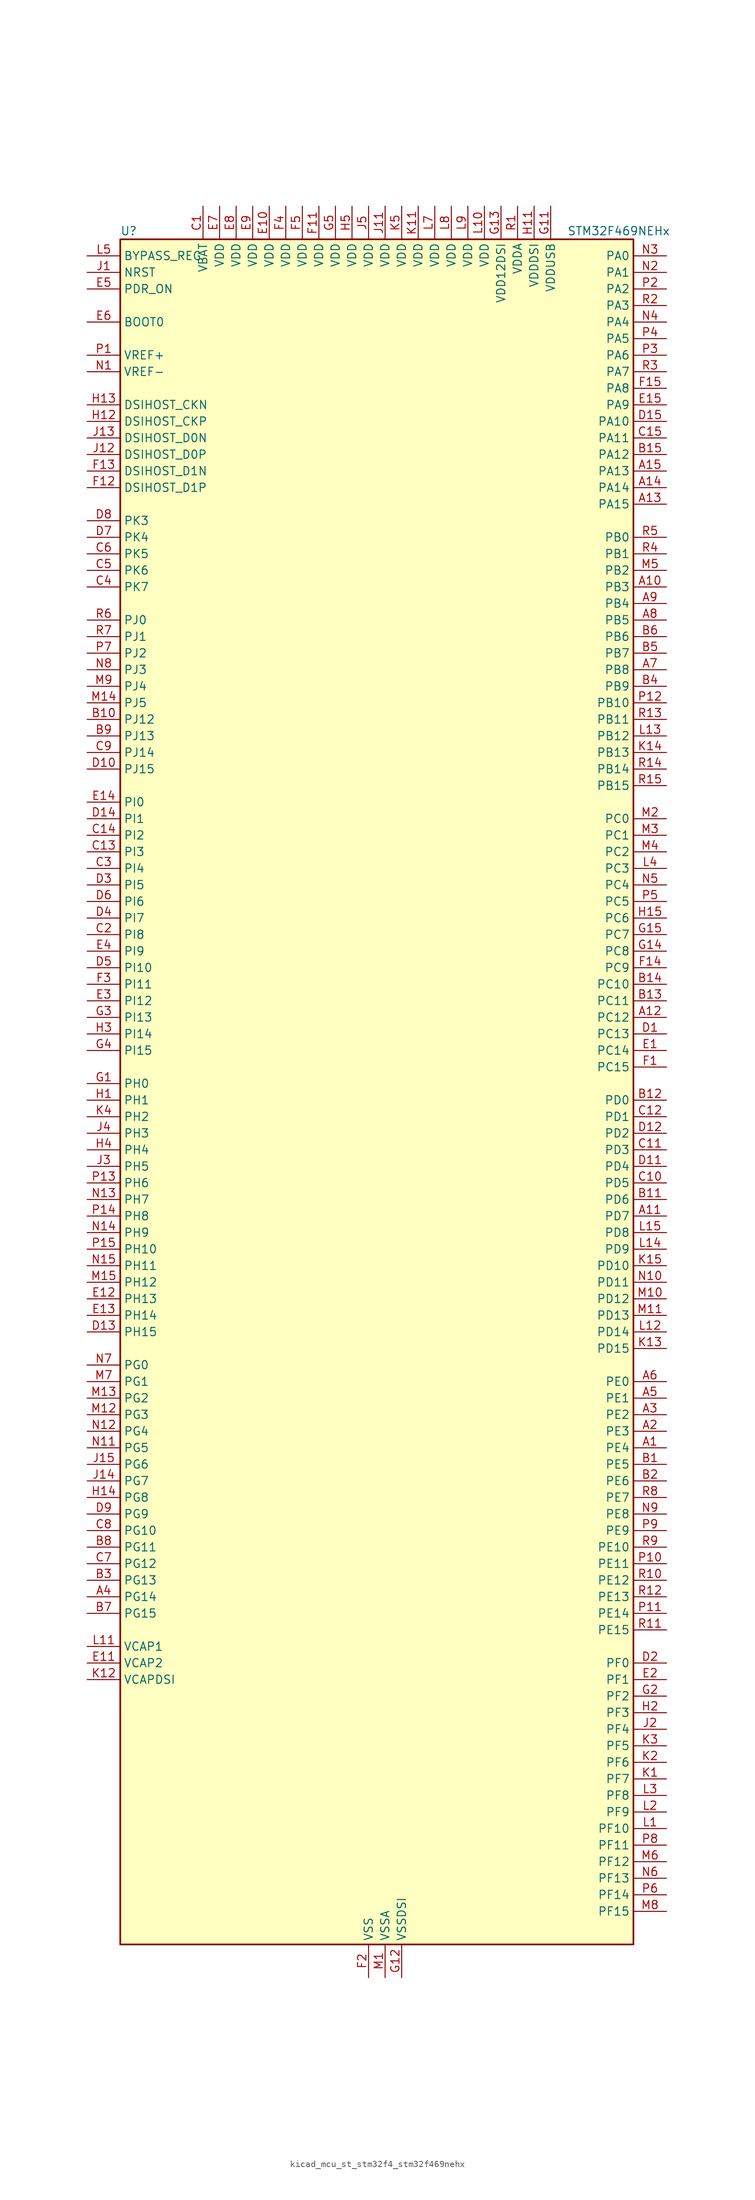
<source format=kicad_sym>
(kicad_symbol_lib
  (version 20220914)
  (generator kicad_symbol_editor)
  (symbol "kicad_mcu_st_stm32f4_stm32f469nehx"
    (property "Reference" "U"
      (at -38.1 133.35 0)
      (effects (font (size 1.27 1.27)) (justify left)))
    (property "Value" "STM32F469NEHx"
      (at 30.48 133.35 0)
      (effects (font (size 1.27 1.27)) (justify left)))
    (property "ki_locked" ""
      (at 0 0 0)
      (effects (font (size 1.27 1.27))))
    (symbol "kicad_mcu_st_stm32f4_stm32f469nehx_0_1"
      (rectangle (start -38.1 -129.54) (end 40.64 132.08) (stroke (width 0.254) (type default)) (fill (type background))))
    (symbol "kicad_mcu_st_stm32f4_stm32f469nehx_1_1"
      (pin bidirectional line (at 45.72 -53.34 180) (length 5.08) (name "PE4" (effects (font (size 1.27 1.27)))) (number "A1" (effects (font (size 1.27 1.27)))) (alternate "DCMI_D4" bidirectional line) (alternate "FMC_A20" bidirectional line) (alternate "LTDC_B0" bidirectional line) (alternate "SAI1_FS_A" bidirectional line) (alternate "SPI4_NSS" bidirectional line) (alternate "SYS_TRACED1" bidirectional line))
      (pin bidirectional line (at 45.72 78.74 180) (length 5.08) (name "PB3" (effects (font (size 1.27 1.27)))) (number "A10" (effects (font (size 1.27 1.27)))) (alternate "I2S3_CK" bidirectional line) (alternate "SPI1_SCK" bidirectional line) (alternate "SPI3_SCK" bidirectional line) (alternate "SYS_JTDO-SWO" bidirectional line) (alternate "TIM2_CH2" bidirectional line))
      (pin bidirectional line (at 45.72 -17.78 180) (length 5.08) (name "PD7" (effects (font (size 1.27 1.27)))) (number "A11" (effects (font (size 1.27 1.27)))) (alternate "FMC_NE1" bidirectional line) (alternate "USART2_CK" bidirectional line))
      (pin bidirectional line (at 45.72 12.7 180) (length 5.08) (name "PC12" (effects (font (size 1.27 1.27)))) (number "A12" (effects (font (size 1.27 1.27)))) (alternate "DCMI_D9" bidirectional line) (alternate "I2S3_SD" bidirectional line) (alternate "SDIO_CK" bidirectional line) (alternate "SPI3_MOSI" bidirectional line) (alternate "SYS_TRACED3" bidirectional line) (alternate "UART5_TX" bidirectional line) (alternate "USART3_CK" bidirectional line))
      (pin bidirectional line (at 45.72 91.44 180) (length 5.08) (name "PA15" (effects (font (size 1.27 1.27)))) (number "A13" (effects (font (size 1.27 1.27)))) (alternate "ADC1_EXTI15" bidirectional line) (alternate "ADC2_EXTI15" bidirectional line) (alternate "ADC3_EXTI15" bidirectional line) (alternate "I2S3_WS" bidirectional line) (alternate "SPI1_NSS" bidirectional line) (alternate "SPI3_NSS" bidirectional line) (alternate "SYS_JTDI" bidirectional line) (alternate "TIM2_CH1" bidirectional line) (alternate "TIM2_ETR" bidirectional line))
      (pin bidirectional line (at 45.72 93.98 180) (length 5.08) (name "PA14" (effects (font (size 1.27 1.27)))) (number "A14" (effects (font (size 1.27 1.27)))) (alternate "SYS_JTCK-SWCLK" bidirectional line))
      (pin bidirectional line (at 45.72 96.52 180) (length 5.08) (name "PA13" (effects (font (size 1.27 1.27)))) (number "A15" (effects (font (size 1.27 1.27)))) (alternate "SYS_JTMS-SWDIO" bidirectional line))
      (pin bidirectional line (at 45.72 -50.8 180) (length 5.08) (name "PE3" (effects (font (size 1.27 1.27)))) (number "A2" (effects (font (size 1.27 1.27)))) (alternate "FMC_A19" bidirectional line) (alternate "SAI1_SD_B" bidirectional line) (alternate "SYS_TRACED0" bidirectional line))
      (pin bidirectional line (at 45.72 -48.26 180) (length 5.08) (name "PE2" (effects (font (size 1.27 1.27)))) (number "A3" (effects (font (size 1.27 1.27)))) (alternate "ETH_TXD3" bidirectional line) (alternate "FMC_A23" bidirectional line) (alternate "QUADSPI_BK1_IO2" bidirectional line) (alternate "SAI1_MCLK_A" bidirectional line) (alternate "SPI4_SCK" bidirectional line) (alternate "SYS_TRACECLK" bidirectional line))
      (pin bidirectional line (at -43.18 -76.2 0) (length 5.08) (name "PG14" (effects (font (size 1.27 1.27)))) (number "A4" (effects (font (size 1.27 1.27)))) (alternate "ETH_TXD1" bidirectional line) (alternate "FMC_A25" bidirectional line) (alternate "LTDC_B0" bidirectional line) (alternate "QUADSPI_BK2_IO3" bidirectional line) (alternate "SPI6_MOSI" bidirectional line) (alternate "SYS_TRACED1" bidirectional line) (alternate "USART6_TX" bidirectional line))
      (pin bidirectional line (at 45.72 -45.72 180) (length 5.08) (name "PE1" (effects (font (size 1.27 1.27)))) (number "A5" (effects (font (size 1.27 1.27)))) (alternate "DCMI_D3" bidirectional line) (alternate "FMC_NBL1" bidirectional line) (alternate "UART8_TX" bidirectional line))
      (pin bidirectional line (at 45.72 -43.18 180) (length 5.08) (name "PE0" (effects (font (size 1.27 1.27)))) (number "A6" (effects (font (size 1.27 1.27)))) (alternate "DCMI_D2" bidirectional line) (alternate "FMC_NBL0" bidirectional line) (alternate "TIM4_ETR" bidirectional line) (alternate "UART8_RX" bidirectional line))
      (pin bidirectional line (at 45.72 66.04 180) (length 5.08) (name "PB8" (effects (font (size 1.27 1.27)))) (number "A7" (effects (font (size 1.27 1.27)))) (alternate "CAN1_RX" bidirectional line) (alternate "DCMI_D6" bidirectional line) (alternate "ETH_TXD3" bidirectional line) (alternate "I2C1_SCL" bidirectional line) (alternate "LTDC_B6" bidirectional line) (alternate "SDIO_D4" bidirectional line) (alternate "TIM10_CH1" bidirectional line) (alternate "TIM4_CH3" bidirectional line))
      (pin bidirectional line (at 45.72 73.66 180) (length 5.08) (name "PB5" (effects (font (size 1.27 1.27)))) (number "A8" (effects (font (size 1.27 1.27)))) (alternate "CAN2_RX" bidirectional line) (alternate "DCMI_D10" bidirectional line) (alternate "ETH_PPS_OUT" bidirectional line) (alternate "FMC_SDCKE1" bidirectional line) (alternate "I2C1_SMBA" bidirectional line) (alternate "I2S3_SD" bidirectional line) (alternate "LTDC_G7" bidirectional line) (alternate "SPI1_MOSI" bidirectional line) (alternate "SPI3_MOSI" bidirectional line) (alternate "TIM3_CH2" bidirectional line) (alternate "USB_OTG_HS_ULPI_D7" bidirectional line))
      (pin bidirectional line (at 45.72 76.2 180) (length 5.08) (name "PB4" (effects (font (size 1.27 1.27)))) (number "A9" (effects (font (size 1.27 1.27)))) (alternate "I2S3_ext_SD" bidirectional line) (alternate "SPI1_MISO" bidirectional line) (alternate "SPI3_MISO" bidirectional line) (alternate "SYS_JTRST" bidirectional line) (alternate "TIM3_CH1" bidirectional line))
      (pin bidirectional line (at 45.72 -55.88 180) (length 5.08) (name "PE5" (effects (font (size 1.27 1.27)))) (number "B1" (effects (font (size 1.27 1.27)))) (alternate "DCMI_D6" bidirectional line) (alternate "FMC_A21" bidirectional line) (alternate "LTDC_G0" bidirectional line) (alternate "SAI1_SCK_A" bidirectional line) (alternate "SPI4_MISO" bidirectional line) (alternate "SYS_TRACED2" bidirectional line) (alternate "TIM9_CH1" bidirectional line))
      (pin bidirectional line (at -43.18 58.42 0) (length 5.08) (name "PJ12" (effects (font (size 1.27 1.27)))) (number "B10" (effects (font (size 1.27 1.27)))) (alternate "LTDC_B0" bidirectional line) (alternate "LTDC_G3" bidirectional line))
      (pin bidirectional line (at 45.72 -15.24 180) (length 5.08) (name "PD6" (effects (font (size 1.27 1.27)))) (number "B11" (effects (font (size 1.27 1.27)))) (alternate "DCMI_D10" bidirectional line) (alternate "FMC_NWAIT" bidirectional line) (alternate "I2S3_SD" bidirectional line) (alternate "LTDC_B2" bidirectional line) (alternate "SAI1_SD_A" bidirectional line) (alternate "SPI3_MOSI" bidirectional line) (alternate "USART2_RX" bidirectional line))
      (pin bidirectional line (at 45.72 0 180) (length 5.08) (name "PD0" (effects (font (size 1.27 1.27)))) (number "B12" (effects (font (size 1.27 1.27)))) (alternate "CAN1_RX" bidirectional line) (alternate "FMC_D2" bidirectional line) (alternate "FMC_DA2" bidirectional line))
      (pin bidirectional line (at 45.72 15.24 180) (length 5.08) (name "PC11" (effects (font (size 1.27 1.27)))) (number "B13" (effects (font (size 1.27 1.27)))) (alternate "ADC1_EXTI11" bidirectional line) (alternate "ADC2_EXTI11" bidirectional line) (alternate "ADC3_EXTI11" bidirectional line) (alternate "DCMI_D4" bidirectional line) (alternate "I2S3_ext_SD" bidirectional line) (alternate "QUADSPI_BK2_NCS" bidirectional line) (alternate "SDIO_D3" bidirectional line) (alternate "SPI3_MISO" bidirectional line) (alternate "UART4_RX" bidirectional line) (alternate "USART3_RX" bidirectional line))
      (pin bidirectional line (at 45.72 17.78 180) (length 5.08) (name "PC10" (effects (font (size 1.27 1.27)))) (number "B14" (effects (font (size 1.27 1.27)))) (alternate "DCMI_D8" bidirectional line) (alternate "I2S3_CK" bidirectional line) (alternate "LTDC_R2" bidirectional line) (alternate "QUADSPI_BK1_IO1" bidirectional line) (alternate "SDIO_D2" bidirectional line) (alternate "SPI3_SCK" bidirectional line) (alternate "UART4_TX" bidirectional line) (alternate "USART3_TX" bidirectional line))
      (pin bidirectional line (at 45.72 99.06 180) (length 5.08) (name "PA12" (effects (font (size 1.27 1.27)))) (number "B15" (effects (font (size 1.27 1.27)))) (alternate "CAN1_TX" bidirectional line) (alternate "LTDC_R5" bidirectional line) (alternate "TIM1_ETR" bidirectional line) (alternate "USART1_RTS" bidirectional line) (alternate "USB_OTG_FS_DP" bidirectional line))
      (pin bidirectional line (at 45.72 -58.42 180) (length 5.08) (name "PE6" (effects (font (size 1.27 1.27)))) (number "B2" (effects (font (size 1.27 1.27)))) (alternate "DCMI_D7" bidirectional line) (alternate "FMC_A22" bidirectional line) (alternate "LTDC_G1" bidirectional line) (alternate "SAI1_SD_A" bidirectional line) (alternate "SPI4_MOSI" bidirectional line) (alternate "SYS_TRACED3" bidirectional line) (alternate "TIM9_CH2" bidirectional line))
      (pin bidirectional line (at -43.18 -73.66 0) (length 5.08) (name "PG13" (effects (font (size 1.27 1.27)))) (number "B3" (effects (font (size 1.27 1.27)))) (alternate "ETH_TXD0" bidirectional line) (alternate "FMC_A24" bidirectional line) (alternate "LTDC_R0" bidirectional line) (alternate "SPI6_SCK" bidirectional line) (alternate "SYS_TRACED0" bidirectional line) (alternate "USART6_CTS" bidirectional line))
      (pin bidirectional line (at 45.72 63.5 180) (length 5.08) (name "PB9" (effects (font (size 1.27 1.27)))) (number "B4" (effects (font (size 1.27 1.27)))) (alternate "CAN1_TX" bidirectional line) (alternate "DAC_EXTI9" bidirectional line) (alternate "DCMI_D7" bidirectional line) (alternate "I2C1_SDA" bidirectional line) (alternate "I2S2_WS" bidirectional line) (alternate "LTDC_B7" bidirectional line) (alternate "SDIO_D5" bidirectional line) (alternate "SPI2_NSS" bidirectional line) (alternate "TIM11_CH1" bidirectional line) (alternate "TIM4_CH4" bidirectional line))
      (pin bidirectional line (at 45.72 68.58 180) (length 5.08) (name "PB7" (effects (font (size 1.27 1.27)))) (number "B5" (effects (font (size 1.27 1.27)))) (alternate "DCMI_VSYNC" bidirectional line) (alternate "FMC_NL" bidirectional line) (alternate "I2C1_SDA" bidirectional line) (alternate "TIM4_CH2" bidirectional line) (alternate "USART1_RX" bidirectional line))
      (pin bidirectional line (at 45.72 71.12 180) (length 5.08) (name "PB6" (effects (font (size 1.27 1.27)))) (number "B6" (effects (font (size 1.27 1.27)))) (alternate "CAN2_TX" bidirectional line) (alternate "DCMI_D5" bidirectional line) (alternate "FMC_SDNE1" bidirectional line) (alternate "I2C1_SCL" bidirectional line) (alternate "QUADSPI_BK1_NCS" bidirectional line) (alternate "TIM4_CH1" bidirectional line) (alternate "USART1_TX" bidirectional line))
      (pin bidirectional line (at -43.18 -78.74 0) (length 5.08) (name "PG15" (effects (font (size 1.27 1.27)))) (number "B7" (effects (font (size 1.27 1.27)))) (alternate "ADC1_EXTI15" bidirectional line) (alternate "ADC2_EXTI15" bidirectional line) (alternate "ADC3_EXTI15" bidirectional line) (alternate "DCMI_D13" bidirectional line) (alternate "FMC_SDNCAS" bidirectional line) (alternate "USART6_CTS" bidirectional line))
      (pin bidirectional line (at -43.18 -68.58 0) (length 5.08) (name "PG11" (effects (font (size 1.27 1.27)))) (number "B8" (effects (font (size 1.27 1.27)))) (alternate "ADC1_EXTI11" bidirectional line) (alternate "ADC2_EXTI11" bidirectional line) (alternate "ADC3_EXTI11" bidirectional line) (alternate "DCMI_D3" bidirectional line) (alternate "ETH_TX_EN" bidirectional line) (alternate "LTDC_B3" bidirectional line))
      (pin bidirectional line (at -43.18 55.88 0) (length 5.08) (name "PJ13" (effects (font (size 1.27 1.27)))) (number "B9" (effects (font (size 1.27 1.27)))) (alternate "LTDC_B1" bidirectional line) (alternate "LTDC_G4" bidirectional line))
      (pin power_in line (at -25.4 137.16 270) (length 5.08) (name "VBAT" (effects (font (size 1.27 1.27)))) (number "C1" (effects (font (size 1.27 1.27)))))
      (pin bidirectional line (at 45.72 -12.7 180) (length 5.08) (name "PD5" (effects (font (size 1.27 1.27)))) (number "C10" (effects (font (size 1.27 1.27)))) (alternate "FMC_NWE" bidirectional line) (alternate "USART2_TX" bidirectional line))
      (pin bidirectional line (at 45.72 -7.62 180) (length 5.08) (name "PD3" (effects (font (size 1.27 1.27)))) (number "C11" (effects (font (size 1.27 1.27)))) (alternate "DCMI_D5" bidirectional line) (alternate "FMC_CLK" bidirectional line) (alternate "I2S2_CK" bidirectional line) (alternate "LTDC_G7" bidirectional line) (alternate "SPI2_SCK" bidirectional line) (alternate "USART2_CTS" bidirectional line))
      (pin bidirectional line (at 45.72 -2.54 180) (length 5.08) (name "PD1" (effects (font (size 1.27 1.27)))) (number "C12" (effects (font (size 1.27 1.27)))) (alternate "CAN1_TX" bidirectional line) (alternate "FMC_D3" bidirectional line) (alternate "FMC_DA3" bidirectional line))
      (pin bidirectional line (at -43.18 38.1 0) (length 5.08) (name "PI3" (effects (font (size 1.27 1.27)))) (number "C13" (effects (font (size 1.27 1.27)))) (alternate "DCMI_D10" bidirectional line) (alternate "FMC_D27" bidirectional line) (alternate "I2S2_SD" bidirectional line) (alternate "SPI2_MOSI" bidirectional line) (alternate "TIM8_ETR" bidirectional line))
      (pin bidirectional line (at -43.18 40.64 0) (length 5.08) (name "PI2" (effects (font (size 1.27 1.27)))) (number "C14" (effects (font (size 1.27 1.27)))) (alternate "DCMI_D9" bidirectional line) (alternate "FMC_D26" bidirectional line) (alternate "I2S2_ext_SD" bidirectional line) (alternate "LTDC_G7" bidirectional line) (alternate "SPI2_MISO" bidirectional line) (alternate "TIM8_CH4" bidirectional line))
      (pin bidirectional line (at 45.72 101.6 180) (length 5.08) (name "PA11" (effects (font (size 1.27 1.27)))) (number "C15" (effects (font (size 1.27 1.27)))) (alternate "ADC1_EXTI11" bidirectional line) (alternate "ADC2_EXTI11" bidirectional line) (alternate "ADC3_EXTI11" bidirectional line) (alternate "CAN1_RX" bidirectional line) (alternate "LTDC_R4" bidirectional line) (alternate "TIM1_CH4" bidirectional line) (alternate "USART1_CTS" bidirectional line) (alternate "USB_OTG_FS_DM" bidirectional line))
      (pin bidirectional line (at -43.18 25.4 0) (length 5.08) (name "PI8" (effects (font (size 1.27 1.27)))) (number "C2" (effects (font (size 1.27 1.27)))) (alternate "RTC_AF1" bidirectional line) (alternate "RTC_AF2" bidirectional line))
      (pin bidirectional line (at -43.18 35.56 0) (length 5.08) (name "PI4" (effects (font (size 1.27 1.27)))) (number "C3" (effects (font (size 1.27 1.27)))) (alternate "DCMI_D5" bidirectional line) (alternate "FMC_NBL2" bidirectional line) (alternate "LTDC_B4" bidirectional line) (alternate "TIM8_BKIN" bidirectional line))
      (pin bidirectional line (at -43.18 78.74 0) (length 5.08) (name "PK7" (effects (font (size 1.27 1.27)))) (number "C4" (effects (font (size 1.27 1.27)))) (alternate "LTDC_DE" bidirectional line))
      (pin bidirectional line (at -43.18 81.28 0) (length 5.08) (name "PK6" (effects (font (size 1.27 1.27)))) (number "C5" (effects (font (size 1.27 1.27)))) (alternate "LTDC_B7" bidirectional line))
      (pin bidirectional line (at -43.18 83.82 0) (length 5.08) (name "PK5" (effects (font (size 1.27 1.27)))) (number "C6" (effects (font (size 1.27 1.27)))) (alternate "LTDC_B6" bidirectional line))
      (pin bidirectional line (at -43.18 -71.12 0) (length 5.08) (name "PG12" (effects (font (size 1.27 1.27)))) (number "C7" (effects (font (size 1.27 1.27)))) (alternate "FMC_NE4" bidirectional line) (alternate "LTDC_B1" bidirectional line) (alternate "LTDC_B4" bidirectional line) (alternate "SPI6_MISO" bidirectional line) (alternate "USART6_RTS" bidirectional line))
      (pin bidirectional line (at -43.18 -66.04 0) (length 5.08) (name "PG10" (effects (font (size 1.27 1.27)))) (number "C8" (effects (font (size 1.27 1.27)))) (alternate "DCMI_D2" bidirectional line) (alternate "FMC_NE3" bidirectional line) (alternate "LTDC_B2" bidirectional line) (alternate "LTDC_G3" bidirectional line))
      (pin bidirectional line (at -43.18 53.34 0) (length 5.08) (name "PJ14" (effects (font (size 1.27 1.27)))) (number "C9" (effects (font (size 1.27 1.27)))) (alternate "LTDC_B2" bidirectional line))
      (pin bidirectional line (at 45.72 10.16 180) (length 5.08) (name "PC13" (effects (font (size 1.27 1.27)))) (number "D1" (effects (font (size 1.27 1.27)))) (alternate "RTC_AF1" bidirectional line))
      (pin bidirectional line (at -43.18 50.8 0) (length 5.08) (name "PJ15" (effects (font (size 1.27 1.27)))) (number "D10" (effects (font (size 1.27 1.27)))) (alternate "ADC1_EXTI15" bidirectional line) (alternate "ADC2_EXTI15" bidirectional line) (alternate "ADC3_EXTI15" bidirectional line) (alternate "LTDC_B3" bidirectional line))
      (pin bidirectional line (at 45.72 -10.16 180) (length 5.08) (name "PD4" (effects (font (size 1.27 1.27)))) (number "D11" (effects (font (size 1.27 1.27)))) (alternate "FMC_NOE" bidirectional line) (alternate "USART2_RTS" bidirectional line))
      (pin bidirectional line (at 45.72 -5.08 180) (length 5.08) (name "PD2" (effects (font (size 1.27 1.27)))) (number "D12" (effects (font (size 1.27 1.27)))) (alternate "DCMI_D11" bidirectional line) (alternate "SDIO_CMD" bidirectional line) (alternate "SYS_TRACED2" bidirectional line) (alternate "TIM3_ETR" bidirectional line) (alternate "UART5_RX" bidirectional line))
      (pin bidirectional line (at -43.18 -35.56 0) (length 5.08) (name "PH15" (effects (font (size 1.27 1.27)))) (number "D13" (effects (font (size 1.27 1.27)))) (alternate "ADC1_EXTI15" bidirectional line) (alternate "ADC2_EXTI15" bidirectional line) (alternate "ADC3_EXTI15" bidirectional line) (alternate "DCMI_D11" bidirectional line) (alternate "FMC_D23" bidirectional line) (alternate "LTDC_G4" bidirectional line) (alternate "TIM8_CH3N" bidirectional line))
      (pin bidirectional line (at -43.18 43.18 0) (length 5.08) (name "PI1" (effects (font (size 1.27 1.27)))) (number "D14" (effects (font (size 1.27 1.27)))) (alternate "DCMI_D8" bidirectional line) (alternate "FMC_D25" bidirectional line) (alternate "I2S2_CK" bidirectional line) (alternate "LTDC_G6" bidirectional line) (alternate "SPI2_SCK" bidirectional line))
      (pin bidirectional line (at 45.72 104.14 180) (length 5.08) (name "PA10" (effects (font (size 1.27 1.27)))) (number "D15" (effects (font (size 1.27 1.27)))) (alternate "DCMI_D1" bidirectional line) (alternate "TIM1_CH3" bidirectional line) (alternate "USART1_RX" bidirectional line) (alternate "USB_OTG_FS_ID" bidirectional line))
      (pin bidirectional line (at 45.72 -86.36 180) (length 5.08) (name "PF0" (effects (font (size 1.27 1.27)))) (number "D2" (effects (font (size 1.27 1.27)))) (alternate "FMC_A0" bidirectional line) (alternate "I2C2_SDA" bidirectional line))
      (pin bidirectional line (at -43.18 33.02 0) (length 5.08) (name "PI5" (effects (font (size 1.27 1.27)))) (number "D3" (effects (font (size 1.27 1.27)))) (alternate "DCMI_VSYNC" bidirectional line) (alternate "FMC_NBL3" bidirectional line) (alternate "LTDC_B5" bidirectional line) (alternate "TIM8_CH1" bidirectional line))
      (pin bidirectional line (at -43.18 27.94 0) (length 5.08) (name "PI7" (effects (font (size 1.27 1.27)))) (number "D4" (effects (font (size 1.27 1.27)))) (alternate "DCMI_D7" bidirectional line) (alternate "FMC_D29" bidirectional line) (alternate "LTDC_B7" bidirectional line) (alternate "TIM8_CH3" bidirectional line))
      (pin bidirectional line (at -43.18 20.32 0) (length 5.08) (name "PI10" (effects (font (size 1.27 1.27)))) (number "D5" (effects (font (size 1.27 1.27)))) (alternate "ETH_RX_ER" bidirectional line) (alternate "FMC_D31" bidirectional line) (alternate "LTDC_HSYNC" bidirectional line))
      (pin bidirectional line (at -43.18 30.48 0) (length 5.08) (name "PI6" (effects (font (size 1.27 1.27)))) (number "D6" (effects (font (size 1.27 1.27)))) (alternate "DCMI_D6" bidirectional line) (alternate "FMC_D28" bidirectional line) (alternate "LTDC_B6" bidirectional line) (alternate "TIM8_CH2" bidirectional line))
      (pin bidirectional line (at -43.18 86.36 0) (length 5.08) (name "PK4" (effects (font (size 1.27 1.27)))) (number "D7" (effects (font (size 1.27 1.27)))) (alternate "LTDC_B5" bidirectional line))
      (pin bidirectional line (at -43.18 88.9 0) (length 5.08) (name "PK3" (effects (font (size 1.27 1.27)))) (number "D8" (effects (font (size 1.27 1.27)))) (alternate "LTDC_B4" bidirectional line))
      (pin bidirectional line (at -43.18 -63.5 0) (length 5.08) (name "PG9" (effects (font (size 1.27 1.27)))) (number "D9" (effects (font (size 1.27 1.27)))) (alternate "DAC_EXTI9" bidirectional line) (alternate "DCMI_VSYNC" bidirectional line) (alternate "FMC_NCE" bidirectional line) (alternate "FMC_NE2" bidirectional line) (alternate "QUADSPI_BK2_IO2" bidirectional line) (alternate "USART6_RX" bidirectional line))
      (pin bidirectional line (at 45.72 7.62 180) (length 5.08) (name "PC14" (effects (font (size 1.27 1.27)))) (number "E1" (effects (font (size 1.27 1.27)))) (alternate "RCC_OSC32_IN" bidirectional line))
      (pin power_in line (at -15.24 137.16 270) (length 5.08) (name "VDD" (effects (font (size 1.27 1.27)))) (number "E10" (effects (font (size 1.27 1.27)))))
      (pin power_out line (at -43.18 -86.36 0) (length 5.08) (name "VCAP2" (effects (font (size 1.27 1.27)))) (number "E11" (effects (font (size 1.27 1.27)))))
      (pin bidirectional line (at -43.18 -30.48 0) (length 5.08) (name "PH13" (effects (font (size 1.27 1.27)))) (number "E12" (effects (font (size 1.27 1.27)))) (alternate "CAN1_TX" bidirectional line) (alternate "FMC_D21" bidirectional line) (alternate "LTDC_G2" bidirectional line) (alternate "TIM8_CH1N" bidirectional line))
      (pin bidirectional line (at -43.18 -33.02 0) (length 5.08) (name "PH14" (effects (font (size 1.27 1.27)))) (number "E13" (effects (font (size 1.27 1.27)))) (alternate "DCMI_D4" bidirectional line) (alternate "FMC_D22" bidirectional line) (alternate "LTDC_G3" bidirectional line) (alternate "TIM8_CH2N" bidirectional line))
      (pin bidirectional line (at -43.18 45.72 0) (length 5.08) (name "PI0" (effects (font (size 1.27 1.27)))) (number "E14" (effects (font (size 1.27 1.27)))) (alternate "DCMI_D13" bidirectional line) (alternate "FMC_D24" bidirectional line) (alternate "I2S2_WS" bidirectional line) (alternate "LTDC_G5" bidirectional line) (alternate "SPI2_NSS" bidirectional line) (alternate "TIM5_CH4" bidirectional line))
      (pin bidirectional line (at 45.72 106.68 180) (length 5.08) (name "PA9" (effects (font (size 1.27 1.27)))) (number "E15" (effects (font (size 1.27 1.27)))) (alternate "DAC_EXTI9" bidirectional line) (alternate "DCMI_D0" bidirectional line) (alternate "I2C3_SMBA" bidirectional line) (alternate "I2S2_CK" bidirectional line) (alternate "SPI2_SCK" bidirectional line) (alternate "TIM1_CH2" bidirectional line) (alternate "USART1_TX" bidirectional line) (alternate "USB_OTG_FS_VBUS" bidirectional line))
      (pin bidirectional line (at 45.72 -88.9 180) (length 5.08) (name "PF1" (effects (font (size 1.27 1.27)))) (number "E2" (effects (font (size 1.27 1.27)))) (alternate "FMC_A1" bidirectional line) (alternate "I2C2_SCL" bidirectional line))
      (pin bidirectional line (at -43.18 15.24 0) (length 5.08) (name "PI12" (effects (font (size 1.27 1.27)))) (number "E3" (effects (font (size 1.27 1.27)))) (alternate "LTDC_HSYNC" bidirectional line))
      (pin bidirectional line (at -43.18 22.86 0) (length 5.08) (name "PI9" (effects (font (size 1.27 1.27)))) (number "E4" (effects (font (size 1.27 1.27)))) (alternate "CAN1_RX" bidirectional line) (alternate "DAC_EXTI9" bidirectional line) (alternate "FMC_D30" bidirectional line) (alternate "LTDC_VSYNC" bidirectional line))
      (pin input line (at -43.18 124.46 0) (length 5.08) (name "PDR_ON" (effects (font (size 1.27 1.27)))) (number "E5" (effects (font (size 1.27 1.27)))))
      (pin input line (at -43.18 119.38 0) (length 5.08) (name "BOOT0" (effects (font (size 1.27 1.27)))) (number "E6" (effects (font (size 1.27 1.27)))))
      (pin power_in line (at -22.86 137.16 270) (length 5.08) (name "VDD" (effects (font (size 1.27 1.27)))) (number "E7" (effects (font (size 1.27 1.27)))))
      (pin power_in line (at -20.32 137.16 270) (length 5.08) (name "VDD" (effects (font (size 1.27 1.27)))) (number "E8" (effects (font (size 1.27 1.27)))))
      (pin power_in line (at -17.78 137.16 270) (length 5.08) (name "VDD" (effects (font (size 1.27 1.27)))) (number "E9" (effects (font (size 1.27 1.27)))))
      (pin bidirectional line (at 45.72 5.08 180) (length 5.08) (name "PC15" (effects (font (size 1.27 1.27)))) (number "F1" (effects (font (size 1.27 1.27)))) (alternate "ADC1_EXTI15" bidirectional line) (alternate "ADC2_EXTI15" bidirectional line) (alternate "ADC3_EXTI15" bidirectional line) (alternate "RCC_OSC32_OUT" bidirectional line))
      (pin passive line (at 0 -134.62 90) (length 5.08) hide (name "VSS" (effects (font (size 1.27 1.27)))) (number "F10" (effects (font (size 1.27 1.27)))))
      (pin power_in line (at -7.62 137.16 270) (length 5.08) (name "VDD" (effects (font (size 1.27 1.27)))) (number "F11" (effects (font (size 1.27 1.27)))))
      (pin bidirectional line (at -43.18 93.98 0) (length 5.08) (name "DSIHOST_D1P" (effects (font (size 1.27 1.27)))) (number "F12" (effects (font (size 1.27 1.27)))) (alternate "DSIHOST_D1P" bidirectional line))
      (pin bidirectional line (at -43.18 96.52 0) (length 5.08) (name "DSIHOST_D1N" (effects (font (size 1.27 1.27)))) (number "F13" (effects (font (size 1.27 1.27)))) (alternate "DSIHOST_D1N" bidirectional line))
      (pin bidirectional line (at 45.72 20.32 180) (length 5.08) (name "PC9" (effects (font (size 1.27 1.27)))) (number "F14" (effects (font (size 1.27 1.27)))) (alternate "DAC_EXTI9" bidirectional line) (alternate "DCMI_D3" bidirectional line) (alternate "I2C3_SDA" bidirectional line) (alternate "I2S_CKIN" bidirectional line) (alternate "QUADSPI_BK1_IO0" bidirectional line) (alternate "RCC_MCO_2" bidirectional line) (alternate "SDIO_D1" bidirectional line) (alternate "TIM3_CH4" bidirectional line) (alternate "TIM8_CH4" bidirectional line))
      (pin bidirectional line (at 45.72 109.22 180) (length 5.08) (name "PA8" (effects (font (size 1.27 1.27)))) (number "F15" (effects (font (size 1.27 1.27)))) (alternate "I2C3_SCL" bidirectional line) (alternate "LTDC_R6" bidirectional line) (alternate "RCC_MCO_1" bidirectional line) (alternate "TIM1_CH1" bidirectional line) (alternate "USART1_CK" bidirectional line) (alternate "USB_OTG_FS_SOF" bidirectional line))
      (pin power_in line (at 0 -134.62 90) (length 5.08) (name "VSS" (effects (font (size 1.27 1.27)))) (number "F2" (effects (font (size 1.27 1.27)))))
      (pin bidirectional line (at -43.18 17.78 0) (length 5.08) (name "PI11" (effects (font (size 1.27 1.27)))) (number "F3" (effects (font (size 1.27 1.27)))) (alternate "ADC1_EXTI11" bidirectional line) (alternate "ADC2_EXTI11" bidirectional line) (alternate "ADC3_EXTI11" bidirectional line) (alternate "LTDC_G6" bidirectional line) (alternate "USB_OTG_HS_ULPI_DIR" bidirectional line))
      (pin power_in line (at -12.7 137.16 270) (length 5.08) (name "VDD" (effects (font (size 1.27 1.27)))) (number "F4" (effects (font (size 1.27 1.27)))))
      (pin power_in line (at -10.16 137.16 270) (length 5.08) (name "VDD" (effects (font (size 1.27 1.27)))) (number "F5" (effects (font (size 1.27 1.27)))))
      (pin passive line (at 0 -134.62 90) (length 5.08) hide (name "VSS" (effects (font (size 1.27 1.27)))) (number "F6" (effects (font (size 1.27 1.27)))))
      (pin passive line (at 0 -134.62 90) (length 5.08) hide (name "VSS" (effects (font (size 1.27 1.27)))) (number "F7" (effects (font (size 1.27 1.27)))))
      (pin passive line (at 0 -134.62 90) (length 5.08) hide (name "VSS" (effects (font (size 1.27 1.27)))) (number "F8" (effects (font (size 1.27 1.27)))))
      (pin passive line (at 0 -134.62 90) (length 5.08) hide (name "VSS" (effects (font (size 1.27 1.27)))) (number "F9" (effects (font (size 1.27 1.27)))))
      (pin bidirectional line (at -43.18 2.54 0) (length 5.08) (name "PH0" (effects (font (size 1.27 1.27)))) (number "G1" (effects (font (size 1.27 1.27)))) (alternate "RCC_OSC_IN" bidirectional line))
      (pin passive line (at 0 -134.62 90) (length 5.08) hide (name "VSS" (effects (font (size 1.27 1.27)))) (number "G10" (effects (font (size 1.27 1.27)))))
      (pin power_in line (at 27.94 137.16 270) (length 5.08) (name "VDDUSB" (effects (font (size 1.27 1.27)))) (number "G11" (effects (font (size 1.27 1.27)))))
      (pin power_in line (at 5.08 -134.62 90) (length 5.08) (name "VSSDSI" (effects (font (size 1.27 1.27)))) (number "G12" (effects (font (size 1.27 1.27)))))
      (pin power_in line (at 20.32 137.16 270) (length 5.08) (name "VDD12DSI" (effects (font (size 1.27 1.27)))) (number "G13" (effects (font (size 1.27 1.27)))))
      (pin bidirectional line (at 45.72 22.86 180) (length 5.08) (name "PC8" (effects (font (size 1.27 1.27)))) (number "G14" (effects (font (size 1.27 1.27)))) (alternate "DCMI_D2" bidirectional line) (alternate "SDIO_D0" bidirectional line) (alternate "SYS_TRACED1" bidirectional line) (alternate "TIM3_CH3" bidirectional line) (alternate "TIM8_CH3" bidirectional line) (alternate "USART6_CK" bidirectional line))
      (pin bidirectional line (at 45.72 25.4 180) (length 5.08) (name "PC7" (effects (font (size 1.27 1.27)))) (number "G15" (effects (font (size 1.27 1.27)))) (alternate "DCMI_D1" bidirectional line) (alternate "I2S3_MCK" bidirectional line) (alternate "LTDC_G6" bidirectional line) (alternate "SDIO_D7" bidirectional line) (alternate "TIM3_CH2" bidirectional line) (alternate "TIM8_CH2" bidirectional line) (alternate "USART6_RX" bidirectional line))
      (pin bidirectional line (at 45.72 -91.44 180) (length 5.08) (name "PF2" (effects (font (size 1.27 1.27)))) (number "G2" (effects (font (size 1.27 1.27)))) (alternate "FMC_A2" bidirectional line) (alternate "I2C2_SMBA" bidirectional line))
      (pin bidirectional line (at -43.18 12.7 0) (length 5.08) (name "PI13" (effects (font (size 1.27 1.27)))) (number "G3" (effects (font (size 1.27 1.27)))) (alternate "LTDC_VSYNC" bidirectional line))
      (pin bidirectional line (at -43.18 7.62 0) (length 5.08) (name "PI15" (effects (font (size 1.27 1.27)))) (number "G4" (effects (font (size 1.27 1.27)))) (alternate "ADC1_EXTI15" bidirectional line) (alternate "ADC2_EXTI15" bidirectional line) (alternate "ADC3_EXTI15" bidirectional line) (alternate "LTDC_G2" bidirectional line) (alternate "LTDC_R0" bidirectional line))
      (pin power_in line (at -5.08 137.16 270) (length 5.08) (name "VDD" (effects (font (size 1.27 1.27)))) (number "G5" (effects (font (size 1.27 1.27)))))
      (pin passive line (at 0 -134.62 90) (length 5.08) hide (name "VSS" (effects (font (size 1.27 1.27)))) (number "G6" (effects (font (size 1.27 1.27)))))
      (pin bidirectional line (at -43.18 0 0) (length 5.08) (name "PH1" (effects (font (size 1.27 1.27)))) (number "H1" (effects (font (size 1.27 1.27)))) (alternate "RCC_OSC_OUT" bidirectional line))
      (pin passive line (at 0 -134.62 90) (length 5.08) hide (name "VSS" (effects (font (size 1.27 1.27)))) (number "H10" (effects (font (size 1.27 1.27)))))
      (pin power_in line (at 25.4 137.16 270) (length 5.08) (name "VDDDSI" (effects (font (size 1.27 1.27)))) (number "H11" (effects (font (size 1.27 1.27)))))
      (pin bidirectional line (at -43.18 104.14 0) (length 5.08) (name "DSIHOST_CKP" (effects (font (size 1.27 1.27)))) (number "H12" (effects (font (size 1.27 1.27)))) (alternate "DSIHOST_CKP" bidirectional line))
      (pin bidirectional line (at -43.18 106.68 0) (length 5.08) (name "DSIHOST_CKN" (effects (font (size 1.27 1.27)))) (number "H13" (effects (font (size 1.27 1.27)))) (alternate "DSIHOST_CKN" bidirectional line))
      (pin bidirectional line (at -43.18 -60.96 0) (length 5.08) (name "PG8" (effects (font (size 1.27 1.27)))) (number "H14" (effects (font (size 1.27 1.27)))) (alternate "ETH_PPS_OUT" bidirectional line) (alternate "FMC_SDCLK" bidirectional line) (alternate "LTDC_G7" bidirectional line) (alternate "SPI6_NSS" bidirectional line) (alternate "USART6_RTS" bidirectional line))
      (pin bidirectional line (at 45.72 27.94 180) (length 5.08) (name "PC6" (effects (font (size 1.27 1.27)))) (number "H15" (effects (font (size 1.27 1.27)))) (alternate "DCMI_D0" bidirectional line) (alternate "I2S2_MCK" bidirectional line) (alternate "LTDC_HSYNC" bidirectional line) (alternate "SDIO_D6" bidirectional line) (alternate "TIM3_CH1" bidirectional line) (alternate "TIM8_CH1" bidirectional line) (alternate "USART6_TX" bidirectional line))
      (pin bidirectional line (at 45.72 -93.98 180) (length 5.08) (name "PF3" (effects (font (size 1.27 1.27)))) (number "H2" (effects (font (size 1.27 1.27)))) (alternate "ADC3_IN9" bidirectional line) (alternate "FMC_A3" bidirectional line))
      (pin bidirectional line (at -43.18 10.16 0) (length 5.08) (name "PI14" (effects (font (size 1.27 1.27)))) (number "H3" (effects (font (size 1.27 1.27)))) (alternate "LTDC_CLK" bidirectional line))
      (pin bidirectional line (at -43.18 -7.62 0) (length 5.08) (name "PH4" (effects (font (size 1.27 1.27)))) (number "H4" (effects (font (size 1.27 1.27)))) (alternate "I2C2_SCL" bidirectional line) (alternate "LTDC_G4" bidirectional line) (alternate "LTDC_G5" bidirectional line) (alternate "USB_OTG_HS_ULPI_NXT" bidirectional line))
      (pin power_in line (at -2.54 137.16 270) (length 5.08) (name "VDD" (effects (font (size 1.27 1.27)))) (number "H5" (effects (font (size 1.27 1.27)))))
      (pin passive line (at 0 -134.62 90) (length 5.08) hide (name "VSS" (effects (font (size 1.27 1.27)))) (number "H6" (effects (font (size 1.27 1.27)))))
      (pin input line (at -43.18 127 0) (length 5.08) (name "NRST" (effects (font (size 1.27 1.27)))) (number "J1" (effects (font (size 1.27 1.27)))))
      (pin passive line (at 0 -134.62 90) (length 5.08) hide (name "VSS" (effects (font (size 1.27 1.27)))) (number "J10" (effects (font (size 1.27 1.27)))))
      (pin power_in line (at 2.54 137.16 270) (length 5.08) (name "VDD" (effects (font (size 1.27 1.27)))) (number "J11" (effects (font (size 1.27 1.27)))))
      (pin bidirectional line (at -43.18 99.06 0) (length 5.08) (name "DSIHOST_D0P" (effects (font (size 1.27 1.27)))) (number "J12" (effects (font (size 1.27 1.27)))) (alternate "DSIHOST_D0P" bidirectional line))
      (pin bidirectional line (at -43.18 101.6 0) (length 5.08) (name "DSIHOST_D0N" (effects (font (size 1.27 1.27)))) (number "J13" (effects (font (size 1.27 1.27)))) (alternate "DSIHOST_D0N" bidirectional line))
      (pin bidirectional line (at -43.18 -58.42 0) (length 5.08) (name "PG7" (effects (font (size 1.27 1.27)))) (number "J14" (effects (font (size 1.27 1.27)))) (alternate "DCMI_D13" bidirectional line) (alternate "FMC_INT" bidirectional line) (alternate "LTDC_CLK" bidirectional line) (alternate "SAI1_MCLK_A" bidirectional line) (alternate "USART6_CK" bidirectional line))
      (pin bidirectional line (at -43.18 -55.88 0) (length 5.08) (name "PG6" (effects (font (size 1.27 1.27)))) (number "J15" (effects (font (size 1.27 1.27)))) (alternate "DCMI_D12" bidirectional line) (alternate "LTDC_R7" bidirectional line))
      (pin bidirectional line (at 45.72 -96.52 180) (length 5.08) (name "PF4" (effects (font (size 1.27 1.27)))) (number "J2" (effects (font (size 1.27 1.27)))) (alternate "ADC3_IN14" bidirectional line) (alternate "FMC_A4" bidirectional line))
      (pin bidirectional line (at -43.18 -10.16 0) (length 5.08) (name "PH5" (effects (font (size 1.27 1.27)))) (number "J3" (effects (font (size 1.27 1.27)))) (alternate "FMC_SDNWE" bidirectional line) (alternate "I2C2_SDA" bidirectional line) (alternate "SPI5_NSS" bidirectional line))
      (pin bidirectional line (at -43.18 -5.08 0) (length 5.08) (name "PH3" (effects (font (size 1.27 1.27)))) (number "J4" (effects (font (size 1.27 1.27)))) (alternate "ETH_COL" bidirectional line) (alternate "FMC_SDNE0" bidirectional line) (alternate "LTDC_R1" bidirectional line) (alternate "QUADSPI_BK2_IO1" bidirectional line))
      (pin power_in line (at 0 137.16 270) (length 5.08) (name "VDD" (effects (font (size 1.27 1.27)))) (number "J5" (effects (font (size 1.27 1.27)))))
      (pin passive line (at 0 -134.62 90) (length 5.08) hide (name "VSS" (effects (font (size 1.27 1.27)))) (number "J6" (effects (font (size 1.27 1.27)))))
      (pin bidirectional line (at 45.72 -104.14 180) (length 5.08) (name "PF7" (effects (font (size 1.27 1.27)))) (number "K1" (effects (font (size 1.27 1.27)))) (alternate "ADC3_IN5" bidirectional line) (alternate "QUADSPI_BK1_IO2" bidirectional line) (alternate "SAI1_MCLK_B" bidirectional line) (alternate "SPI5_SCK" bidirectional line) (alternate "TIM11_CH1" bidirectional line) (alternate "UART7_TX" bidirectional line))
      (pin passive line (at 0 -134.62 90) (length 5.08) hide (name "VSS" (effects (font (size 1.27 1.27)))) (number "K10" (effects (font (size 1.27 1.27)))))
      (pin power_in line (at 7.62 137.16 270) (length 5.08) (name "VDD" (effects (font (size 1.27 1.27)))) (number "K11" (effects (font (size 1.27 1.27)))))
      (pin power_out line (at -43.18 -88.9 0) (length 5.08) (name "VCAPDSI" (effects (font (size 1.27 1.27)))) (number "K12" (effects (font (size 1.27 1.27)))))
      (pin bidirectional line (at 45.72 -38.1 180) (length 5.08) (name "PD15" (effects (font (size 1.27 1.27)))) (number "K13" (effects (font (size 1.27 1.27)))) (alternate "ADC1_EXTI15" bidirectional line) (alternate "ADC2_EXTI15" bidirectional line) (alternate "ADC3_EXTI15" bidirectional line) (alternate "FMC_D1" bidirectional line) (alternate "FMC_DA1" bidirectional line) (alternate "TIM4_CH4" bidirectional line))
      (pin bidirectional line (at 45.72 53.34 180) (length 5.08) (name "PB13" (effects (font (size 1.27 1.27)))) (number "K14" (effects (font (size 1.27 1.27)))) (alternate "CAN2_TX" bidirectional line) (alternate "ETH_TXD1" bidirectional line) (alternate "I2S2_CK" bidirectional line) (alternate "SPI2_SCK" bidirectional line) (alternate "TIM1_CH1N" bidirectional line) (alternate "USART3_CTS" bidirectional line) (alternate "USB_OTG_HS_ULPI_D6" bidirectional line) (alternate "USB_OTG_HS_VBUS" bidirectional line))
      (pin bidirectional line (at 45.72 -25.4 180) (length 5.08) (name "PD10" (effects (font (size 1.27 1.27)))) (number "K15" (effects (font (size 1.27 1.27)))) (alternate "FMC_D15" bidirectional line) (alternate "FMC_DA15" bidirectional line) (alternate "LTDC_B3" bidirectional line) (alternate "USART3_CK" bidirectional line))
      (pin bidirectional line (at 45.72 -101.6 180) (length 5.08) (name "PF6" (effects (font (size 1.27 1.27)))) (number "K2" (effects (font (size 1.27 1.27)))) (alternate "ADC3_IN4" bidirectional line) (alternate "QUADSPI_BK1_IO3" bidirectional line) (alternate "SAI1_SD_B" bidirectional line) (alternate "SPI5_NSS" bidirectional line) (alternate "TIM10_CH1" bidirectional line) (alternate "UART7_RX" bidirectional line))
      (pin bidirectional line (at 45.72 -99.06 180) (length 5.08) (name "PF5" (effects (font (size 1.27 1.27)))) (number "K3" (effects (font (size 1.27 1.27)))) (alternate "ADC3_IN15" bidirectional line) (alternate "FMC_A5" bidirectional line))
      (pin bidirectional line (at -43.18 -2.54 0) (length 5.08) (name "PH2" (effects (font (size 1.27 1.27)))) (number "K4" (effects (font (size 1.27 1.27)))) (alternate "ETH_CRS" bidirectional line) (alternate "FMC_SDCKE0" bidirectional line) (alternate "LTDC_R0" bidirectional line) (alternate "QUADSPI_BK2_IO0" bidirectional line))
      (pin power_in line (at 5.08 137.16 270) (length 5.08) (name "VDD" (effects (font (size 1.27 1.27)))) (number "K5" (effects (font (size 1.27 1.27)))))
      (pin passive line (at 0 -134.62 90) (length 5.08) hide (name "VSS" (effects (font (size 1.27 1.27)))) (number "K6" (effects (font (size 1.27 1.27)))))
      (pin passive line (at 0 -134.62 90) (length 5.08) hide (name "VSS" (effects (font (size 1.27 1.27)))) (number "K7" (effects (font (size 1.27 1.27)))))
      (pin passive line (at 0 -134.62 90) (length 5.08) hide (name "VSS" (effects (font (size 1.27 1.27)))) (number "K8" (effects (font (size 1.27 1.27)))))
      (pin passive line (at 0 -134.62 90) (length 5.08) hide (name "VSS" (effects (font (size 1.27 1.27)))) (number "K9" (effects (font (size 1.27 1.27)))))
      (pin bidirectional line (at 45.72 -111.76 180) (length 5.08) (name "PF10" (effects (font (size 1.27 1.27)))) (number "L1" (effects (font (size 1.27 1.27)))) (alternate "ADC3_IN8" bidirectional line) (alternate "DCMI_D11" bidirectional line) (alternate "LTDC_DE" bidirectional line) (alternate "QUADSPI_CLK" bidirectional line))
      (pin power_in line (at 17.78 137.16 270) (length 5.08) (name "VDD" (effects (font (size 1.27 1.27)))) (number "L10" (effects (font (size 1.27 1.27)))))
      (pin power_out line (at -43.18 -83.82 0) (length 5.08) (name "VCAP1" (effects (font (size 1.27 1.27)))) (number "L11" (effects (font (size 1.27 1.27)))))
      (pin bidirectional line (at 45.72 -35.56 180) (length 5.08) (name "PD14" (effects (font (size 1.27 1.27)))) (number "L12" (effects (font (size 1.27 1.27)))) (alternate "FMC_D0" bidirectional line) (alternate "FMC_DA0" bidirectional line) (alternate "TIM4_CH3" bidirectional line))
      (pin bidirectional line (at 45.72 55.88 180) (length 5.08) (name "PB12" (effects (font (size 1.27 1.27)))) (number "L13" (effects (font (size 1.27 1.27)))) (alternate "CAN2_RX" bidirectional line) (alternate "ETH_TXD0" bidirectional line) (alternate "I2C2_SMBA" bidirectional line) (alternate "I2S2_WS" bidirectional line) (alternate "SPI2_NSS" bidirectional line) (alternate "TIM1_BKIN" bidirectional line) (alternate "USART3_CK" bidirectional line) (alternate "USB_OTG_HS_ID" bidirectional line) (alternate "USB_OTG_HS_ULPI_D5" bidirectional line))
      (pin bidirectional line (at 45.72 -22.86 180) (length 5.08) (name "PD9" (effects (font (size 1.27 1.27)))) (number "L14" (effects (font (size 1.27 1.27)))) (alternate "DAC_EXTI9" bidirectional line) (alternate "FMC_D14" bidirectional line) (alternate "FMC_DA14" bidirectional line) (alternate "USART3_RX" bidirectional line))
      (pin bidirectional line (at 45.72 -20.32 180) (length 5.08) (name "PD8" (effects (font (size 1.27 1.27)))) (number "L15" (effects (font (size 1.27 1.27)))) (alternate "FMC_D13" bidirectional line) (alternate "FMC_DA13" bidirectional line) (alternate "USART3_TX" bidirectional line))
      (pin bidirectional line (at 45.72 -109.22 180) (length 5.08) (name "PF9" (effects (font (size 1.27 1.27)))) (number "L2" (effects (font (size 1.27 1.27)))) (alternate "ADC3_IN7" bidirectional line) (alternate "DAC_EXTI9" bidirectional line) (alternate "QUADSPI_BK1_IO1" bidirectional line) (alternate "SAI1_FS_B" bidirectional line) (alternate "SPI5_MOSI" bidirectional line) (alternate "TIM14_CH1" bidirectional line))
      (pin bidirectional line (at 45.72 -106.68 180) (length 5.08) (name "PF8" (effects (font (size 1.27 1.27)))) (number "L3" (effects (font (size 1.27 1.27)))) (alternate "ADC3_IN6" bidirectional line) (alternate "QUADSPI_BK1_IO0" bidirectional line) (alternate "SAI1_SCK_B" bidirectional line) (alternate "SPI5_MISO" bidirectional line) (alternate "TIM13_CH1" bidirectional line))
      (pin bidirectional line (at 45.72 35.56 180) (length 5.08) (name "PC3" (effects (font (size 1.27 1.27)))) (number "L4" (effects (font (size 1.27 1.27)))) (alternate "ADC1_IN13" bidirectional line) (alternate "ADC2_IN13" bidirectional line) (alternate "ADC3_IN13" bidirectional line) (alternate "ETH_TX_CLK" bidirectional line) (alternate "FMC_SDCKE0" bidirectional line) (alternate "I2S2_SD" bidirectional line) (alternate "SPI2_MOSI" bidirectional line) (alternate "USB_OTG_HS_ULPI_NXT" bidirectional line))
      (pin input line (at -43.18 129.54 0) (length 5.08) (name "BYPASS_REG" (effects (font (size 1.27 1.27)))) (number "L5" (effects (font (size 1.27 1.27)))))
      (pin passive line (at 0 -134.62 90) (length 5.08) hide (name "VSS" (effects (font (size 1.27 1.27)))) (number "L6" (effects (font (size 1.27 1.27)))))
      (pin power_in line (at 10.16 137.16 270) (length 5.08) (name "VDD" (effects (font (size 1.27 1.27)))) (number "L7" (effects (font (size 1.27 1.27)))))
      (pin power_in line (at 12.7 137.16 270) (length 5.08) (name "VDD" (effects (font (size 1.27 1.27)))) (number "L8" (effects (font (size 1.27 1.27)))))
      (pin power_in line (at 15.24 137.16 270) (length 5.08) (name "VDD" (effects (font (size 1.27 1.27)))) (number "L9" (effects (font (size 1.27 1.27)))))
      (pin power_in line (at 2.54 -134.62 90) (length 5.08) (name "VSSA" (effects (font (size 1.27 1.27)))) (number "M1" (effects (font (size 1.27 1.27)))))
      (pin bidirectional line (at 45.72 -30.48 180) (length 5.08) (name "PD12" (effects (font (size 1.27 1.27)))) (number "M10" (effects (font (size 1.27 1.27)))) (alternate "FMC_A17" bidirectional line) (alternate "FMC_ALE" bidirectional line) (alternate "QUADSPI_BK1_IO1" bidirectional line) (alternate "TIM4_CH1" bidirectional line) (alternate "USART3_RTS" bidirectional line))
      (pin bidirectional line (at 45.72 -33.02 180) (length 5.08) (name "PD13" (effects (font (size 1.27 1.27)))) (number "M11" (effects (font (size 1.27 1.27)))) (alternate "FMC_A18" bidirectional line) (alternate "QUADSPI_BK1_IO3" bidirectional line) (alternate "TIM4_CH2" bidirectional line))
      (pin bidirectional line (at -43.18 -48.26 0) (length 5.08) (name "PG3" (effects (font (size 1.27 1.27)))) (number "M12" (effects (font (size 1.27 1.27)))) (alternate "FMC_A13" bidirectional line))
      (pin bidirectional line (at -43.18 -45.72 0) (length 5.08) (name "PG2" (effects (font (size 1.27 1.27)))) (number "M13" (effects (font (size 1.27 1.27)))) (alternate "FMC_A12" bidirectional line))
      (pin bidirectional line (at -43.18 60.96 0) (length 5.08) (name "PJ5" (effects (font (size 1.27 1.27)))) (number "M14" (effects (font (size 1.27 1.27)))) (alternate "LTDC_R6" bidirectional line))
      (pin bidirectional line (at -43.18 -27.94 0) (length 5.08) (name "PH12" (effects (font (size 1.27 1.27)))) (number "M15" (effects (font (size 1.27 1.27)))) (alternate "DCMI_D3" bidirectional line) (alternate "FMC_D20" bidirectional line) (alternate "LTDC_R6" bidirectional line) (alternate "TIM5_CH3" bidirectional line))
      (pin bidirectional line (at 45.72 43.18 180) (length 5.08) (name "PC0" (effects (font (size 1.27 1.27)))) (number "M2" (effects (font (size 1.27 1.27)))) (alternate "ADC1_IN10" bidirectional line) (alternate "ADC2_IN10" bidirectional line) (alternate "ADC3_IN10" bidirectional line) (alternate "FMC_SDNWE" bidirectional line) (alternate "LTDC_R5" bidirectional line) (alternate "USB_OTG_HS_ULPI_STP" bidirectional line))
      (pin bidirectional line (at 45.72 40.64 180) (length 5.08) (name "PC1" (effects (font (size 1.27 1.27)))) (number "M3" (effects (font (size 1.27 1.27)))) (alternate "ADC1_IN11" bidirectional line) (alternate "ADC2_IN11" bidirectional line) (alternate "ADC3_IN11" bidirectional line) (alternate "ETH_MDC" bidirectional line) (alternate "I2S2_SD" bidirectional line) (alternate "SAI1_SD_A" bidirectional line) (alternate "SPI2_MOSI" bidirectional line) (alternate "SYS_TRACED0" bidirectional line))
      (pin bidirectional line (at 45.72 38.1 180) (length 5.08) (name "PC2" (effects (font (size 1.27 1.27)))) (number "M4" (effects (font (size 1.27 1.27)))) (alternate "ADC1_IN12" bidirectional line) (alternate "ADC2_IN12" bidirectional line) (alternate "ADC3_IN12" bidirectional line) (alternate "ETH_TXD2" bidirectional line) (alternate "FMC_SDNE0" bidirectional line) (alternate "I2S2_ext_SD" bidirectional line) (alternate "SPI2_MISO" bidirectional line) (alternate "USB_OTG_HS_ULPI_DIR" bidirectional line))
      (pin bidirectional line (at 45.72 81.28 180) (length 5.08) (name "PB2" (effects (font (size 1.27 1.27)))) (number "M5" (effects (font (size 1.27 1.27)))))
      (pin bidirectional line (at 45.72 -116.84 180) (length 5.08) (name "PF12" (effects (font (size 1.27 1.27)))) (number "M6" (effects (font (size 1.27 1.27)))) (alternate "FMC_A6" bidirectional line))
      (pin bidirectional line (at -43.18 -43.18 0) (length 5.08) (name "PG1" (effects (font (size 1.27 1.27)))) (number "M7" (effects (font (size 1.27 1.27)))) (alternate "FMC_A11" bidirectional line))
      (pin bidirectional line (at 45.72 -124.46 180) (length 5.08) (name "PF15" (effects (font (size 1.27 1.27)))) (number "M8" (effects (font (size 1.27 1.27)))) (alternate "ADC1_EXTI15" bidirectional line) (alternate "ADC2_EXTI15" bidirectional line) (alternate "ADC3_EXTI15" bidirectional line) (alternate "FMC_A9" bidirectional line))
      (pin bidirectional line (at -43.18 63.5 0) (length 5.08) (name "PJ4" (effects (font (size 1.27 1.27)))) (number "M9" (effects (font (size 1.27 1.27)))) (alternate "LTDC_R5" bidirectional line))
      (pin input line (at -43.18 111.76 0) (length 5.08) (name "VREF-" (effects (font (size 1.27 1.27)))) (number "N1" (effects (font (size 1.27 1.27)))))
      (pin bidirectional line (at 45.72 -27.94 180) (length 5.08) (name "PD11" (effects (font (size 1.27 1.27)))) (number "N10" (effects (font (size 1.27 1.27)))) (alternate "ADC1_EXTI11" bidirectional line) (alternate "ADC2_EXTI11" bidirectional line) (alternate "ADC3_EXTI11" bidirectional line) (alternate "FMC_A16" bidirectional line) (alternate "FMC_CLE" bidirectional line) (alternate "QUADSPI_BK1_IO0" bidirectional line) (alternate "USART3_CTS" bidirectional line))
      (pin bidirectional line (at -43.18 -53.34 0) (length 5.08) (name "PG5" (effects (font (size 1.27 1.27)))) (number "N11" (effects (font (size 1.27 1.27)))) (alternate "FMC_A15" bidirectional line) (alternate "FMC_BA1" bidirectional line))
      (pin bidirectional line (at -43.18 -50.8 0) (length 5.08) (name "PG4" (effects (font (size 1.27 1.27)))) (number "N12" (effects (font (size 1.27 1.27)))) (alternate "FMC_A14" bidirectional line) (alternate "FMC_BA0" bidirectional line))
      (pin bidirectional line (at -43.18 -15.24 0) (length 5.08) (name "PH7" (effects (font (size 1.27 1.27)))) (number "N13" (effects (font (size 1.27 1.27)))) (alternate "DCMI_D9" bidirectional line) (alternate "ETH_RXD3" bidirectional line) (alternate "FMC_SDCKE1" bidirectional line) (alternate "I2C3_SCL" bidirectional line) (alternate "SPI5_MISO" bidirectional line))
      (pin bidirectional line (at -43.18 -20.32 0) (length 5.08) (name "PH9" (effects (font (size 1.27 1.27)))) (number "N14" (effects (font (size 1.27 1.27)))) (alternate "DAC_EXTI9" bidirectional line) (alternate "DCMI_D0" bidirectional line) (alternate "FMC_D17" bidirectional line) (alternate "I2C3_SMBA" bidirectional line) (alternate "LTDC_R3" bidirectional line) (alternate "TIM12_CH2" bidirectional line))
      (pin bidirectional line (at -43.18 -25.4 0) (length 5.08) (name "PH11" (effects (font (size 1.27 1.27)))) (number "N15" (effects (font (size 1.27 1.27)))) (alternate "ADC1_EXTI11" bidirectional line) (alternate "ADC2_EXTI11" bidirectional line) (alternate "ADC3_EXTI11" bidirectional line) (alternate "DCMI_D2" bidirectional line) (alternate "FMC_D19" bidirectional line) (alternate "LTDC_R5" bidirectional line) (alternate "TIM5_CH2" bidirectional line))
      (pin bidirectional line (at 45.72 127 180) (length 5.08) (name "PA1" (effects (font (size 1.27 1.27)))) (number "N2" (effects (font (size 1.27 1.27)))) (alternate "ADC1_IN1" bidirectional line) (alternate "ADC2_IN1" bidirectional line) (alternate "ADC3_IN1" bidirectional line) (alternate "ETH_REF_CLK" bidirectional line) (alternate "ETH_RX_CLK" bidirectional line) (alternate "LTDC_R2" bidirectional line) (alternate "QUADSPI_BK1_IO3" bidirectional line) (alternate "TIM2_CH2" bidirectional line) (alternate "TIM5_CH2" bidirectional line) (alternate "UART4_RX" bidirectional line) (alternate "USART2_RTS" bidirectional line))
      (pin bidirectional line (at 45.72 129.54 180) (length 5.08) (name "PA0" (effects (font (size 1.27 1.27)))) (number "N3" (effects (font (size 1.27 1.27)))) (alternate "ADC1_IN0" bidirectional line) (alternate "ADC2_IN0" bidirectional line) (alternate "ADC3_IN0" bidirectional line) (alternate "ETH_CRS" bidirectional line) (alternate "SYS_WKUP" bidirectional line) (alternate "TIM2_CH1" bidirectional line) (alternate "TIM2_ETR" bidirectional line) (alternate "TIM5_CH1" bidirectional line) (alternate "TIM8_ETR" bidirectional line) (alternate "UART4_TX" bidirectional line) (alternate "USART2_CTS" bidirectional line))
      (pin bidirectional line (at 45.72 119.38 180) (length 5.08) (name "PA4" (effects (font (size 1.27 1.27)))) (number "N4" (effects (font (size 1.27 1.27)))) (alternate "ADC1_IN4" bidirectional line) (alternate "ADC2_IN4" bidirectional line) (alternate "DAC_OUT1" bidirectional line) (alternate "DCMI_HSYNC" bidirectional line) (alternate "I2S3_WS" bidirectional line) (alternate "LTDC_VSYNC" bidirectional line) (alternate "SPI1_NSS" bidirectional line) (alternate "SPI3_NSS" bidirectional line) (alternate "USART2_CK" bidirectional line) (alternate "USB_OTG_HS_SOF" bidirectional line))
      (pin bidirectional line (at 45.72 33.02 180) (length 5.08) (name "PC4" (effects (font (size 1.27 1.27)))) (number "N5" (effects (font (size 1.27 1.27)))) (alternate "ADC1_IN14" bidirectional line) (alternate "ADC2_IN14" bidirectional line) (alternate "ETH_RXD0" bidirectional line) (alternate "FMC_SDNE0" bidirectional line))
      (pin bidirectional line (at 45.72 -119.38 180) (length 5.08) (name "PF13" (effects (font (size 1.27 1.27)))) (number "N6" (effects (font (size 1.27 1.27)))) (alternate "FMC_A7" bidirectional line))
      (pin bidirectional line (at -43.18 -40.64 0) (length 5.08) (name "PG0" (effects (font (size 1.27 1.27)))) (number "N7" (effects (font (size 1.27 1.27)))) (alternate "FMC_A10" bidirectional line))
      (pin bidirectional line (at -43.18 66.04 0) (length 5.08) (name "PJ3" (effects (font (size 1.27 1.27)))) (number "N8" (effects (font (size 1.27 1.27)))) (alternate "LTDC_R4" bidirectional line))
      (pin bidirectional line (at 45.72 -63.5 180) (length 5.08) (name "PE8" (effects (font (size 1.27 1.27)))) (number "N9" (effects (font (size 1.27 1.27)))) (alternate "FMC_D5" bidirectional line) (alternate "FMC_DA5" bidirectional line) (alternate "QUADSPI_BK2_IO1" bidirectional line) (alternate "TIM1_CH1N" bidirectional line) (alternate "UART7_TX" bidirectional line))
      (pin input line (at -43.18 114.3 0) (length 5.08) (name "VREF+" (effects (font (size 1.27 1.27)))) (number "P1" (effects (font (size 1.27 1.27)))))
      (pin bidirectional line (at 45.72 -71.12 180) (length 5.08) (name "PE11" (effects (font (size 1.27 1.27)))) (number "P10" (effects (font (size 1.27 1.27)))) (alternate "ADC1_EXTI11" bidirectional line) (alternate "ADC2_EXTI11" bidirectional line) (alternate "ADC3_EXTI11" bidirectional line) (alternate "FMC_D8" bidirectional line) (alternate "FMC_DA8" bidirectional line) (alternate "LTDC_G3" bidirectional line) (alternate "SPI4_NSS" bidirectional line) (alternate "TIM1_CH2" bidirectional line))
      (pin bidirectional line (at 45.72 -78.74 180) (length 5.08) (name "PE14" (effects (font (size 1.27 1.27)))) (number "P11" (effects (font (size 1.27 1.27)))) (alternate "FMC_D11" bidirectional line) (alternate "FMC_DA11" bidirectional line) (alternate "LTDC_CLK" bidirectional line) (alternate "SPI4_MOSI" bidirectional line) (alternate "TIM1_CH4" bidirectional line))
      (pin bidirectional line (at 45.72 60.96 180) (length 5.08) (name "PB10" (effects (font (size 1.27 1.27)))) (number "P12" (effects (font (size 1.27 1.27)))) (alternate "ETH_RX_ER" bidirectional line) (alternate "I2C2_SCL" bidirectional line) (alternate "I2S2_CK" bidirectional line) (alternate "LTDC_G4" bidirectional line) (alternate "QUADSPI_BK1_NCS" bidirectional line) (alternate "SPI2_SCK" bidirectional line) (alternate "TIM2_CH3" bidirectional line) (alternate "USART3_TX" bidirectional line) (alternate "USB_OTG_HS_ULPI_D3" bidirectional line))
      (pin bidirectional line (at -43.18 -12.7 0) (length 5.08) (name "PH6" (effects (font (size 1.27 1.27)))) (number "P13" (effects (font (size 1.27 1.27)))) (alternate "DCMI_D8" bidirectional line) (alternate "ETH_RXD2" bidirectional line) (alternate "FMC_SDNE1" bidirectional line) (alternate "I2C2_SMBA" bidirectional line) (alternate "SPI5_SCK" bidirectional line) (alternate "TIM12_CH1" bidirectional line))
      (pin bidirectional line (at -43.18 -17.78 0) (length 5.08) (name "PH8" (effects (font (size 1.27 1.27)))) (number "P14" (effects (font (size 1.27 1.27)))) (alternate "DCMI_HSYNC" bidirectional line) (alternate "FMC_D16" bidirectional line) (alternate "I2C3_SDA" bidirectional line) (alternate "LTDC_R2" bidirectional line))
      (pin bidirectional line (at -43.18 -22.86 0) (length 5.08) (name "PH10" (effects (font (size 1.27 1.27)))) (number "P15" (effects (font (size 1.27 1.27)))) (alternate "DCMI_D1" bidirectional line) (alternate "FMC_D18" bidirectional line) (alternate "LTDC_R4" bidirectional line) (alternate "TIM5_CH1" bidirectional line))
      (pin bidirectional line (at 45.72 124.46 180) (length 5.08) (name "PA2" (effects (font (size 1.27 1.27)))) (number "P2" (effects (font (size 1.27 1.27)))) (alternate "ADC1_IN2" bidirectional line) (alternate "ADC2_IN2" bidirectional line) (alternate "ADC3_IN2" bidirectional line) (alternate "ETH_MDIO" bidirectional line) (alternate "LTDC_R1" bidirectional line) (alternate "TIM2_CH3" bidirectional line) (alternate "TIM5_CH3" bidirectional line) (alternate "TIM9_CH1" bidirectional line) (alternate "USART2_TX" bidirectional line))
      (pin bidirectional line (at 45.72 114.3 180) (length 5.08) (name "PA6" (effects (font (size 1.27 1.27)))) (number "P3" (effects (font (size 1.27 1.27)))) (alternate "ADC1_IN6" bidirectional line) (alternate "ADC2_IN6" bidirectional line) (alternate "DCMI_PIXCLK" bidirectional line) (alternate "LTDC_G2" bidirectional line) (alternate "SPI1_MISO" bidirectional line) (alternate "TIM13_CH1" bidirectional line) (alternate "TIM1_BKIN" bidirectional line) (alternate "TIM3_CH1" bidirectional line) (alternate "TIM8_BKIN" bidirectional line))
      (pin bidirectional line (at 45.72 116.84 180) (length 5.08) (name "PA5" (effects (font (size 1.27 1.27)))) (number "P4" (effects (font (size 1.27 1.27)))) (alternate "ADC1_IN5" bidirectional line) (alternate "ADC2_IN5" bidirectional line) (alternate "DAC_OUT2" bidirectional line) (alternate "LTDC_R4" bidirectional line) (alternate "SPI1_SCK" bidirectional line) (alternate "TIM2_CH1" bidirectional line) (alternate "TIM2_ETR" bidirectional line) (alternate "TIM8_CH1N" bidirectional line) (alternate "USB_OTG_HS_ULPI_CK" bidirectional line))
      (pin bidirectional line (at 45.72 30.48 180) (length 5.08) (name "PC5" (effects (font (size 1.27 1.27)))) (number "P5" (effects (font (size 1.27 1.27)))) (alternate "ADC1_IN15" bidirectional line) (alternate "ADC2_IN15" bidirectional line) (alternate "ETH_RXD1" bidirectional line) (alternate "FMC_SDCKE0" bidirectional line))
      (pin bidirectional line (at 45.72 -121.92 180) (length 5.08) (name "PF14" (effects (font (size 1.27 1.27)))) (number "P6" (effects (font (size 1.27 1.27)))) (alternate "FMC_A8" bidirectional line))
      (pin bidirectional line (at -43.18 68.58 0) (length 5.08) (name "PJ2" (effects (font (size 1.27 1.27)))) (number "P7" (effects (font (size 1.27 1.27)))) (alternate "DSIHOST_TE" bidirectional line) (alternate "LTDC_R3" bidirectional line))
      (pin bidirectional line (at 45.72 -114.3 180) (length 5.08) (name "PF11" (effects (font (size 1.27 1.27)))) (number "P8" (effects (font (size 1.27 1.27)))) (alternate "ADC1_EXTI11" bidirectional line) (alternate "ADC2_EXTI11" bidirectional line) (alternate "ADC3_EXTI11" bidirectional line) (alternate "DCMI_D12" bidirectional line) (alternate "FMC_SDNRAS" bidirectional line) (alternate "SPI5_MOSI" bidirectional line))
      (pin bidirectional line (at 45.72 -66.04 180) (length 5.08) (name "PE9" (effects (font (size 1.27 1.27)))) (number "P9" (effects (font (size 1.27 1.27)))) (alternate "DAC_EXTI9" bidirectional line) (alternate "FMC_D6" bidirectional line) (alternate "FMC_DA6" bidirectional line) (alternate "QUADSPI_BK2_IO2" bidirectional line) (alternate "TIM1_CH1" bidirectional line))
      (pin power_in line (at 22.86 137.16 270) (length 5.08) (name "VDDA" (effects (font (size 1.27 1.27)))) (number "R1" (effects (font (size 1.27 1.27)))))
      (pin bidirectional line (at 45.72 -73.66 180) (length 5.08) (name "PE12" (effects (font (size 1.27 1.27)))) (number "R10" (effects (font (size 1.27 1.27)))) (alternate "FMC_D9" bidirectional line) (alternate "FMC_DA9" bidirectional line) (alternate "LTDC_B4" bidirectional line) (alternate "SPI4_SCK" bidirectional line) (alternate "TIM1_CH3N" bidirectional line))
      (pin bidirectional line (at 45.72 -81.28 180) (length 5.08) (name "PE15" (effects (font (size 1.27 1.27)))) (number "R11" (effects (font (size 1.27 1.27)))) (alternate "ADC1_EXTI15" bidirectional line) (alternate "ADC2_EXTI15" bidirectional line) (alternate "ADC3_EXTI15" bidirectional line) (alternate "FMC_D12" bidirectional line) (alternate "FMC_DA12" bidirectional line) (alternate "LTDC_R7" bidirectional line) (alternate "TIM1_BKIN" bidirectional line))
      (pin bidirectional line (at 45.72 -76.2 180) (length 5.08) (name "PE13" (effects (font (size 1.27 1.27)))) (number "R12" (effects (font (size 1.27 1.27)))) (alternate "FMC_D10" bidirectional line) (alternate "FMC_DA10" bidirectional line) (alternate "LTDC_DE" bidirectional line) (alternate "SPI4_MISO" bidirectional line) (alternate "TIM1_CH3" bidirectional line))
      (pin bidirectional line (at 45.72 58.42 180) (length 5.08) (name "PB11" (effects (font (size 1.27 1.27)))) (number "R13" (effects (font (size 1.27 1.27)))) (alternate "ADC1_EXTI11" bidirectional line) (alternate "ADC2_EXTI11" bidirectional line) (alternate "ADC3_EXTI11" bidirectional line) (alternate "DSIHOST_TE" bidirectional line) (alternate "ETH_TX_EN" bidirectional line) (alternate "I2C2_SDA" bidirectional line) (alternate "LTDC_G5" bidirectional line) (alternate "TIM2_CH4" bidirectional line) (alternate "USART3_RX" bidirectional line) (alternate "USB_OTG_HS_ULPI_D4" bidirectional line))
      (pin bidirectional line (at 45.72 50.8 180) (length 5.08) (name "PB14" (effects (font (size 1.27 1.27)))) (number "R14" (effects (font (size 1.27 1.27)))) (alternate "I2S2_ext_SD" bidirectional line) (alternate "SPI2_MISO" bidirectional line) (alternate "TIM12_CH1" bidirectional line) (alternate "TIM1_CH2N" bidirectional line) (alternate "TIM8_CH2N" bidirectional line) (alternate "USART3_RTS" bidirectional line) (alternate "USB_OTG_HS_DM" bidirectional line))
      (pin bidirectional line (at 45.72 48.26 180) (length 5.08) (name "PB15" (effects (font (size 1.27 1.27)))) (number "R15" (effects (font (size 1.27 1.27)))) (alternate "ADC1_EXTI15" bidirectional line) (alternate "ADC2_EXTI15" bidirectional line) (alternate "ADC3_EXTI15" bidirectional line) (alternate "I2S2_SD" bidirectional line) (alternate "RTC_REFIN" bidirectional line) (alternate "SPI2_MOSI" bidirectional line) (alternate "TIM12_CH2" bidirectional line) (alternate "TIM1_CH3N" bidirectional line) (alternate "TIM8_CH3N" bidirectional line) (alternate "USB_OTG_HS_DP" bidirectional line))
      (pin bidirectional line (at 45.72 121.92 180) (length 5.08) (name "PA3" (effects (font (size 1.27 1.27)))) (number "R2" (effects (font (size 1.27 1.27)))) (alternate "ADC1_IN3" bidirectional line) (alternate "ADC2_IN3" bidirectional line) (alternate "ADC3_IN3" bidirectional line) (alternate "ETH_COL" bidirectional line) (alternate "LTDC_B2" bidirectional line) (alternate "LTDC_B5" bidirectional line) (alternate "TIM2_CH4" bidirectional line) (alternate "TIM5_CH4" bidirectional line) (alternate "TIM9_CH2" bidirectional line) (alternate "USART2_RX" bidirectional line) (alternate "USB_OTG_HS_ULPI_D0" bidirectional line))
      (pin bidirectional line (at 45.72 111.76 180) (length 5.08) (name "PA7" (effects (font (size 1.27 1.27)))) (number "R3" (effects (font (size 1.27 1.27)))) (alternate "ADC1_IN7" bidirectional line) (alternate "ADC2_IN7" bidirectional line) (alternate "ETH_CRS_DV" bidirectional line) (alternate "ETH_RX_DV" bidirectional line) (alternate "FMC_SDNWE" bidirectional line) (alternate "QUADSPI_CLK" bidirectional line) (alternate "SPI1_MOSI" bidirectional line) (alternate "TIM14_CH1" bidirectional line) (alternate "TIM1_CH1N" bidirectional line) (alternate "TIM3_CH2" bidirectional line) (alternate "TIM8_CH1N" bidirectional line))
      (pin bidirectional line (at 45.72 83.82 180) (length 5.08) (name "PB1" (effects (font (size 1.27 1.27)))) (number "R4" (effects (font (size 1.27 1.27)))) (alternate "ADC1_IN9" bidirectional line) (alternate "ADC2_IN9" bidirectional line) (alternate "ETH_RXD3" bidirectional line) (alternate "LTDC_G0" bidirectional line) (alternate "LTDC_R6" bidirectional line) (alternate "TIM1_CH3N" bidirectional line) (alternate "TIM3_CH4" bidirectional line) (alternate "TIM8_CH3N" bidirectional line) (alternate "USB_OTG_HS_ULPI_D2" bidirectional line))
      (pin bidirectional line (at 45.72 86.36 180) (length 5.08) (name "PB0" (effects (font (size 1.27 1.27)))) (number "R5" (effects (font (size 1.27 1.27)))) (alternate "ADC1_IN8" bidirectional line) (alternate "ADC2_IN8" bidirectional line) (alternate "ETH_RXD2" bidirectional line) (alternate "LTDC_G1" bidirectional line) (alternate "LTDC_R3" bidirectional line) (alternate "TIM1_CH2N" bidirectional line) (alternate "TIM3_CH3" bidirectional line) (alternate "TIM8_CH2N" bidirectional line) (alternate "USB_OTG_HS_ULPI_D1" bidirectional line))
      (pin bidirectional line (at -43.18 73.66 0) (length 5.08) (name "PJ0" (effects (font (size 1.27 1.27)))) (number "R6" (effects (font (size 1.27 1.27)))) (alternate "LTDC_R1" bidirectional line) (alternate "LTDC_R7" bidirectional line))
      (pin bidirectional line (at -43.18 71.12 0) (length 5.08) (name "PJ1" (effects (font (size 1.27 1.27)))) (number "R7" (effects (font (size 1.27 1.27)))) (alternate "LTDC_R2" bidirectional line))
      (pin bidirectional line (at 45.72 -60.96 180) (length 5.08) (name "PE7" (effects (font (size 1.27 1.27)))) (number "R8" (effects (font (size 1.27 1.27)))) (alternate "FMC_D4" bidirectional line) (alternate "FMC_DA4" bidirectional line) (alternate "QUADSPI_BK2_IO0" bidirectional line) (alternate "TIM1_ETR" bidirectional line) (alternate "UART7_RX" bidirectional line))
      (pin bidirectional line (at 45.72 -68.58 180) (length 5.08) (name "PE10" (effects (font (size 1.27 1.27)))) (number "R9" (effects (font (size 1.27 1.27)))) (alternate "FMC_D7" bidirectional line) (alternate "FMC_DA7" bidirectional line) (alternate "QUADSPI_BK2_IO3" bidirectional line) (alternate "TIM1_CH2N" bidirectional line)))))
</source>
